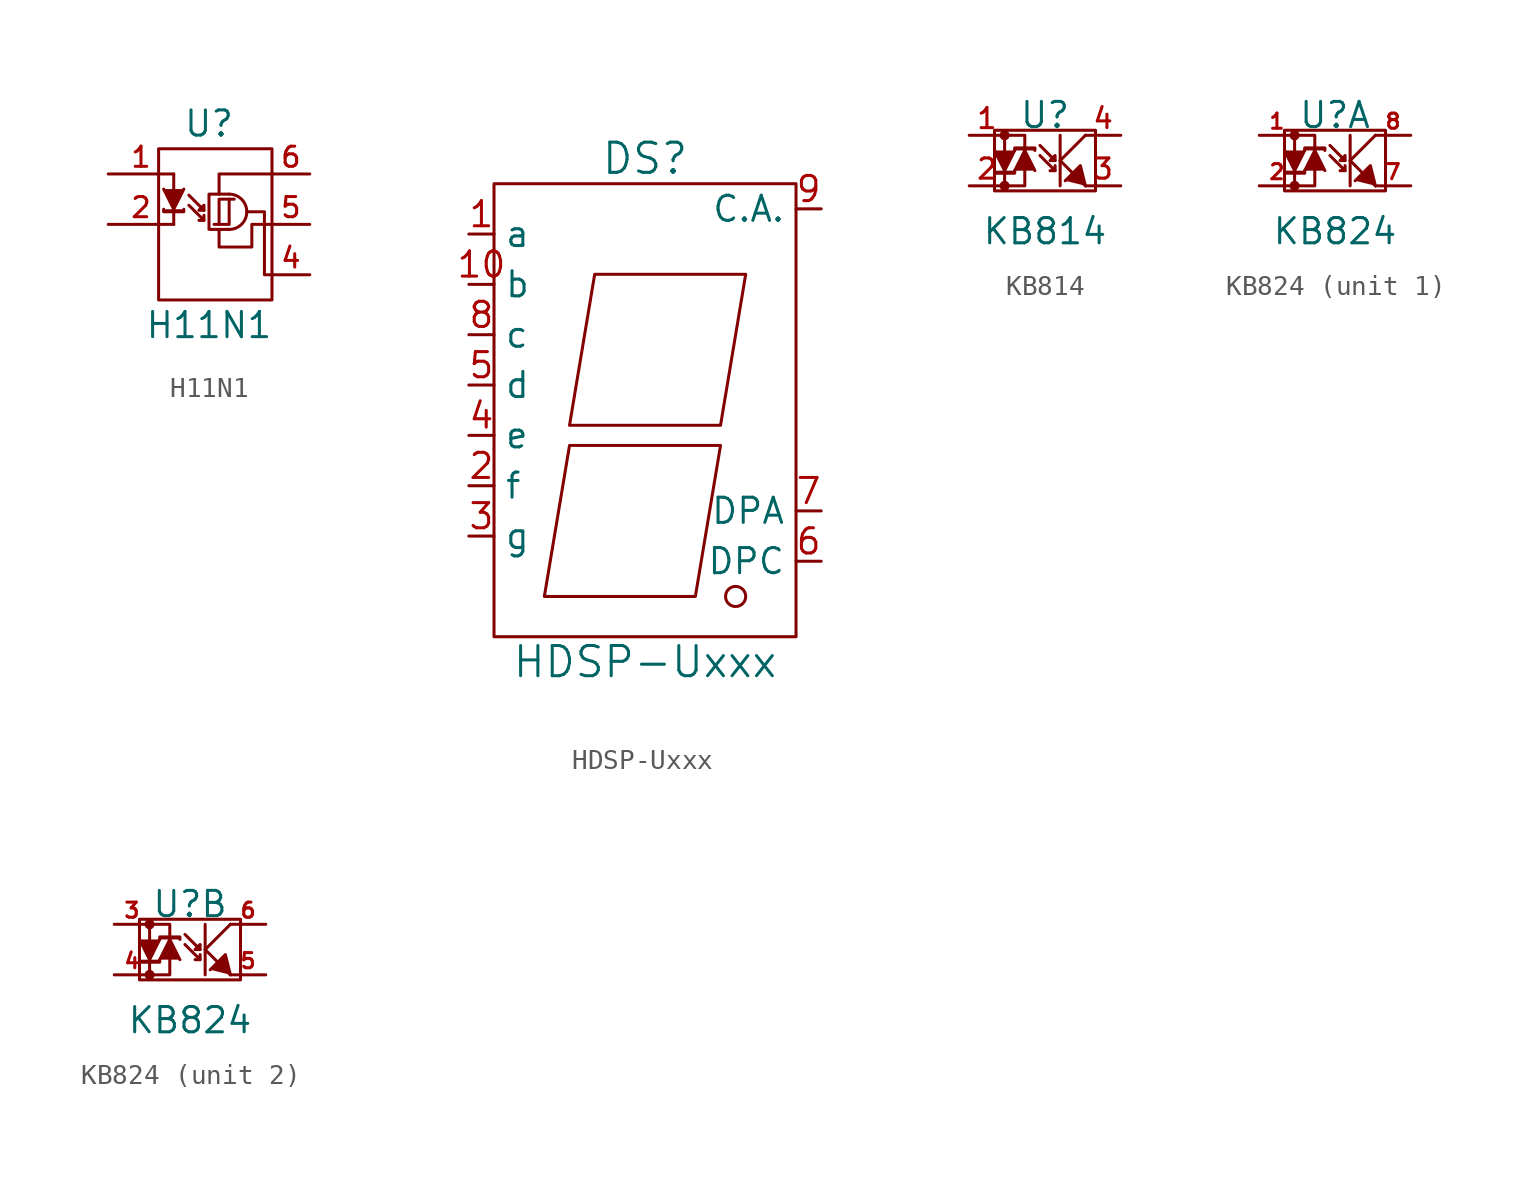
<source format=kicad_sym>
(kicad_symbol_lib
  (version 20220914)
  (generator kicad_symbol_editor)
  (symbol "H11N1"
    (pin_names
      (offset 0) hide)
    (property "Reference" "U"
      (at 0 5.08 0)
      (effects (font (size 1.27 1.27))))
    (property "Value" "H11N1"
      (at 0 -5.08 0)
      (effects (font (size 1.27 1.27))))
    (property "Footprint" ""
      (at -0.254 1.219 0)
      (effects (font (size 1.524 1.524))))
    (property "Datasheet" ""
      (at 0 0 0)
      (effects (font (size 1.524 1.524))))
    (symbol "H11N1_0_1"
      (rectangle (start -2.54 3.81) (end 3.175 -3.81) (stroke (width 0) (type solid)) (fill (type none)))
      (polyline (pts (xy -1.778 0) (xy -1.778 2.54)) (stroke (width 0) (type solid)) (fill (type none)))
      (polyline (pts (xy -0.254 0.711) (xy -1.016 1.473) (xy -1.016 1.473)) (stroke (width 0) (type solid)) (fill (type none)))
      (polyline (pts (xy 0.508 1.524) (xy 0.508 2.54) (xy 3.175 2.54)) (stroke (width 0) (type solid)) (fill (type none)))
      (polyline (pts (xy -1.27 1.778) (xy -1.778 0.762) (xy -2.286 1.778) (xy -2.286 1.778)) (stroke (width 0) (type solid)) (fill (type outline)))
      (polyline (pts (xy -0.254 0.203) (xy -1.016 0.965) (xy -1.016 0.965) (xy -1.016 0.965)) (stroke (width 0) (type solid)) (fill (type none)))
      (polyline (pts (xy -0.254 0.457) (xy -0.254 0.203) (xy -0.508 0.203) (xy -0.508 0.203)) (stroke (width 0) (type solid)) (fill (type outline)))
      (polyline (pts (xy 0.254 0) (xy 1.016 0) (xy 1.016 1.27) (xy 1.27 1.27)) (stroke (width 0) (type solid)) (fill (type none)))
      (polyline (pts (xy 1.016 -0.254) (xy 0 -0.254) (xy 0 1.524) (xy 1.016 1.524)) (stroke (width 0) (type solid)) (fill (type none)))
      (polyline (pts (xy 1.016 1.27) (xy 0.762 1.27) (xy 0.508 1.27) (xy 0.508 0)) (stroke (width 0) (type solid)) (fill (type none)))
      (polyline (pts (xy 1.905 0.635) (xy 2.794 0.635) (xy 2.794 -2.54) (xy 3.175 -2.54)) (stroke (width 0) (type solid)) (fill (type none)))
      (polyline (pts (xy -2.286 0.762) (xy -2.286 0.635) (xy -1.27 0.635) (xy -1.27 0.762) (xy -1.27 0.762)) (stroke (width 0) (type solid)) (fill (type outline)))
      (polyline (pts (xy -0.508 0.711) (xy -0.254 0.711) (xy -0.254 0.965) (xy -0.508 0.711) (xy -0.508 0.711)) (stroke (width 0) (type solid)) (fill (type outline)))
      (polyline (pts (xy 3.175 0) (xy 2.159 0) (xy 2.159 -1.143) (xy 0.508 -1.143) (xy 0.508 -0.254)) (stroke (width 0) (type solid)) (fill (type none)))
      (arc (start 1.016 -0.254) (mid 1.9012 0.635) (end 1.016 1.524) (stroke (width 0) (type solid)) (fill (type none))))
    (symbol "H11N1_1_1"
      (pin passive line (at -5.08 2.54 0) (length 3.302) (name "A" (effects (font (size 1.016 1.016)))) (number "1" (effects (font (size 1.016 1.016)))))
      (pin passive line (at -5.08 0 0) (length 3.302) (name "K" (effects (font (size 1.016 1.016)))) (number "2" (effects (font (size 1.016 1.016)))))
      (pin passive line (at 5.08 -2.54 180) (length 1.905) (name "VO" (effects (font (size 1.016 1.016)))) (number "4" (effects (font (size 1.016 1.016)))))
      (pin passive line (at 5.08 0 180) (length 1.905) (name "GND" (effects (font (size 1.016 1.016)))) (number "5" (effects (font (size 1.016 1.016)))))
      (pin passive line (at 5.08 2.54 180) (length 1.905) (name "VCC" (effects (font (size 1.016 1.016)))) (number "6" (effects (font (size 1.016 1.016)))))))
  (symbol "HDSP-Uxxx"
    (property "Reference" "DS"
      (at 0 13.97 0)
      (effects (font (size 1.524 1.524))))
    (property "Value" "HDSP-Uxxx"
      (at 0 -11.43 0)
      (effects (font (size 1.524 1.524))))
    (property "Footprint" ""
      (at 0 0 0)
      (effects (font (size 1.524 1.524))))
    (property "Datasheet" ""
      (at 0 0 0)
      (effects (font (size 1.524 1.524))))
    (symbol "HDSP-Uxxx_0_1"
      (rectangle (start -7.62 12.7) (end 7.62 -10.16) (stroke (width 0) (type solid)) (fill (type none)))
      (polyline (pts (xy -3.81 -0.508) (xy 3.81 -0.508) (xy 2.54 -8.128) (xy -5.08 -8.128) (xy -3.81 -0.508) (xy -3.81 -0.508)) (stroke (width 0) (type solid)) (fill (type none)))
      (polyline (pts (xy -2.54 8.128) (xy 5.08 8.128) (xy 3.81 0.508) (xy -3.81 0.508) (xy -2.54 8.128) (xy -2.54 8.128)) (stroke (width 0) (type solid)) (fill (type none)))
      (circle (center 4.572 -8.128) (radius 0.508) (stroke (width 0) (type solid)) (fill (type none))))
    (symbol "HDSP-Uxxx_1_1"
      (pin input line (at -8.89 10.16 0) (length 1.27) (name "a" (effects (font (size 1.27 1.27)))) (number "1" (effects (font (size 1.27 1.27)))))
      (pin input line (at -8.89 7.62 0) (length 1.27) (name "b" (effects (font (size 1.27 1.27)))) (number "10" (effects (font (size 1.27 1.27)))))
      (pin input line (at -8.89 -2.54 0) (length 1.27) (name "f" (effects (font (size 1.27 1.27)))) (number "2" (effects (font (size 1.27 1.27)))))
      (pin input line (at -8.89 -5.08 0) (length 1.27) (name "g" (effects (font (size 1.27 1.27)))) (number "3" (effects (font (size 1.27 1.27)))))
      (pin input line (at -8.89 0 0) (length 1.27) (name "e" (effects (font (size 1.27 1.27)))) (number "4" (effects (font (size 1.27 1.27)))))
      (pin input line (at -8.89 2.54 0) (length 1.27) (name "d" (effects (font (size 1.27 1.27)))) (number "5" (effects (font (size 1.27 1.27)))))
      (pin input line (at 8.89 -6.35 180) (length 1.27) (name "DPC" (effects (font (size 1.27 1.27)))) (number "6" (effects (font (size 1.27 1.27)))))
      (pin input line (at 8.89 -3.81 180) (length 1.27) (name "DPA" (effects (font (size 1.27 1.27)))) (number "7" (effects (font (size 1.27 1.27)))))
      (pin input line (at -8.89 5.08 0) (length 1.27) (name "c" (effects (font (size 1.27 1.27)))) (number "8" (effects (font (size 1.27 1.27)))))
      (pin input line (at 8.89 11.43 180) (length 1.27) (name "C.A." (effects (font (size 1.27 1.27)))) (number "9" (effects (font (size 1.27 1.27)))))))
  (symbol "KB814"
    (pin_names
      (offset 0) hide)
    (property "Reference" "U"
      (at 0 2.286 0)
      (effects (font (size 1.27 1.27))))
    (property "Value" "KB814"
      (at 0 -3.556 0)
      (effects (font (size 1.27 1.27))))
    (property "Footprint" ""
      (at 0 0 0)
      (effects (font (size 1.524 1.524))))
    (property "Datasheet" ""
      (at 0 0 0)
      (effects (font (size 1.524 1.524))))
    (symbol "KB814_0_1"
      (circle (center -2.032 -1.27) (radius 0.178) (stroke (width 0) (type solid)) (fill (type outline)))
      (circle (center -2.032 1.27) (radius 0.178) (stroke (width 0) (type solid)) (fill (type outline)))
      (polyline (pts (xy 0.508 0) (xy -0.254 0.762) (xy -0.254 0.762)) (stroke (width 0) (type solid)) (fill (type none)))
      (polyline (pts (xy 0.762 0) (xy 2.032 -1.27) (xy 2.032 -1.27)) (stroke (width 0) (type solid)) (fill (type outline)))
      (polyline (pts (xy 0.762 0) (xy 2.032 1.27) (xy 2.032 1.27)) (stroke (width 0) (type solid)) (fill (type outline)))
      (polyline (pts (xy 0.762 1.27) (xy 0.762 -1.27) (xy 0.762 -1.27)) (stroke (width 0) (type solid)) (fill (type outline)))
      (polyline (pts (xy -1.524 0.508) (xy -2.032 -0.508) (xy -2.54 0.508) (xy -2.54 0.508)) (stroke (width 0) (type solid)) (fill (type outline)))
      (polyline (pts (xy -0.508 -0.508) (xy -1.016 0.508) (xy -1.524 -0.508) (xy -1.524 -0.508)) (stroke (width 0) (type solid)) (fill (type outline)))
      (polyline (pts (xy 0.508 -0.508) (xy -0.254 0.254) (xy -0.254 0.254) (xy -0.254 0.254)) (stroke (width 0) (type solid)) (fill (type none)))
      (polyline (pts (xy 0.508 -0.254) (xy 0.508 -0.508) (xy 0.254 -0.508) (xy 0.254 -0.508)) (stroke (width 0) (type solid)) (fill (type outline)))
      (polyline (pts (xy 2.032 -1.27) (xy 1.778 -0.254) (xy 1.016 -1.016) (xy 1.016 -1.016)) (stroke (width 0) (type solid)) (fill (type outline)))
      (polyline (pts (xy -2.54 -0.508) (xy -2.54 -0.635) (xy -1.524 -0.635) (xy -1.524 -0.508) (xy -1.524 -0.508)) (stroke (width 0) (type solid)) (fill (type outline)))
      (polyline (pts (xy -2.032 0.508) (xy -2.032 1.27) (xy -1.016 1.27) (xy -1.016 0.508) (xy -1.016 0.508)) (stroke (width 0) (type solid)) (fill (type none)))
      (polyline (pts (xy -1.524 0.508) (xy -1.524 0.635) (xy -0.508 0.635) (xy -0.508 0.508) (xy -0.508 0.508)) (stroke (width 0) (type solid)) (fill (type outline)))
      (polyline (pts (xy -1.016 -0.508) (xy -1.016 -1.27) (xy -2.032 -1.27) (xy -2.032 -0.508) (xy -2.032 -0.508)) (stroke (width 0) (type solid)) (fill (type none)))
      (polyline (pts (xy 0.254 0) (xy 0.508 0) (xy 0.508 0.254) (xy 0.254 0) (xy 0.254 0)) (stroke (width 0) (type solid)) (fill (type outline)))
      (rectangle (start 2.54 1.524) (end -2.54 -1.524) (stroke (width 0) (type solid)) (fill (type none))))
    (symbol "KB814_1_1"
      (pin passive line (at -3.81 1.27 0) (length 1.778) (name "IN_1" (effects (font (size 1.016 1.016)))) (number "1" (effects (font (size 1.016 1.016)))))
      (pin passive line (at -3.81 -1.27 0) (length 1.778) (name "IN_2" (effects (font (size 1.016 1.016)))) (number "2" (effects (font (size 1.016 1.016)))))
      (pin passive line (at 3.81 -1.27 180) (length 1.778) (name "E" (effects (font (size 1.016 1.016)))) (number "3" (effects (font (size 1.016 1.016)))))
      (pin passive line (at 3.81 1.27 180) (length 1.778) (name "C" (effects (font (size 1.016 1.016)))) (number "4" (effects (font (size 1.016 1.016)))))))
  (symbol "KB824"
    (pin_names
      (offset 0) hide)
    (property "Reference" "U"
      (at 0 2.286 0)
      (effects (font (size 1.27 1.27))))
    (property "Value" "KB824"
      (at 0 -3.556 0)
      (effects (font (size 1.27 1.27))))
    (property "Footprint" ""
      (at 0 0 0)
      (effects (font (size 1.524 1.524))))
    (property "Datasheet" ""
      (at 0 0 0)
      (effects (font (size 1.524 1.524))))
    (symbol "KB824_0_1"
      (circle (center -2.032 -1.27) (radius 0.178) (stroke (width 0) (type solid)) (fill (type outline)))
      (circle (center -2.032 1.27) (radius 0.178) (stroke (width 0) (type solid)) (fill (type outline)))
      (polyline (pts (xy 0.508 0) (xy -0.254 0.762) (xy -0.254 0.762)) (stroke (width 0) (type solid)) (fill (type none)))
      (polyline (pts (xy 0.762 0) (xy 2.032 -1.27) (xy 2.032 -1.27)) (stroke (width 0) (type solid)) (fill (type outline)))
      (polyline (pts (xy 0.762 0) (xy 2.032 1.27) (xy 2.032 1.27)) (stroke (width 0) (type solid)) (fill (type outline)))
      (polyline (pts (xy 0.762 1.27) (xy 0.762 -1.27) (xy 0.762 -1.27)) (stroke (width 0) (type solid)) (fill (type outline)))
      (polyline (pts (xy -1.524 0.508) (xy -2.032 -0.508) (xy -2.54 0.508) (xy -2.54 0.508)) (stroke (width 0) (type solid)) (fill (type outline)))
      (polyline (pts (xy -0.508 -0.508) (xy -1.016 0.508) (xy -1.524 -0.508) (xy -1.524 -0.508)) (stroke (width 0) (type solid)) (fill (type outline)))
      (polyline (pts (xy 0.508 -0.508) (xy -0.254 0.254) (xy -0.254 0.254) (xy -0.254 0.254)) (stroke (width 0) (type solid)) (fill (type none)))
      (polyline (pts (xy 0.508 -0.254) (xy 0.508 -0.508) (xy 0.254 -0.508) (xy 0.254 -0.508)) (stroke (width 0) (type solid)) (fill (type outline)))
      (polyline (pts (xy 2.032 -1.27) (xy 1.778 -0.254) (xy 1.016 -1.016) (xy 1.016 -1.016)) (stroke (width 0) (type solid)) (fill (type outline)))
      (polyline (pts (xy -2.54 -0.508) (xy -2.54 -0.635) (xy -1.524 -0.635) (xy -1.524 -0.508) (xy -1.524 -0.508)) (stroke (width 0) (type solid)) (fill (type outline)))
      (polyline (pts (xy -2.032 0.508) (xy -2.032 1.27) (xy -1.016 1.27) (xy -1.016 0.508) (xy -1.016 0.508)) (stroke (width 0) (type solid)) (fill (type none)))
      (polyline (pts (xy -1.524 0.508) (xy -1.524 0.635) (xy -0.508 0.635) (xy -0.508 0.508) (xy -0.508 0.508)) (stroke (width 0) (type solid)) (fill (type outline)))
      (polyline (pts (xy -1.016 -0.508) (xy -1.016 -1.27) (xy -2.032 -1.27) (xy -2.032 -0.508) (xy -2.032 -0.508)) (stroke (width 0) (type solid)) (fill (type none)))
      (polyline (pts (xy 0.254 0) (xy 0.508 0) (xy 0.508 0.254) (xy 0.254 0) (xy 0.254 0)) (stroke (width 0) (type solid)) (fill (type outline)))
      (rectangle (start 2.54 1.524) (end -2.54 -1.524) (stroke (width 0) (type solid)) (fill (type none))))
    (symbol "KB824_1_1"
      (pin passive line (at -3.81 1.27 0) (length 1.778) (name "IN_1" (effects (font (size 0.762 0.762)))) (number "1" (effects (font (size 0.762 0.762)))))
      (pin passive line (at -3.81 -1.27 0) (length 1.778) (name "IN_2" (effects (font (size 0.762 0.762)))) (number "2" (effects (font (size 0.762 0.762)))))
      (pin passive line (at 3.81 -1.27 180) (length 1.778) (name "E" (effects (font (size 0.762 0.762)))) (number "7" (effects (font (size 0.762 0.762)))))
      (pin passive line (at 3.81 1.27 180) (length 1.778) (name "C" (effects (font (size 0.762 0.762)))) (number "8" (effects (font (size 0.762 0.762))))))
    (symbol "KB824_2_1"
      (pin passive line (at -3.81 1.27 0) (length 1.778) (name "IN_1" (effects (font (size 0.762 0.762)))) (number "3" (effects (font (size 0.762 0.762)))))
      (pin passive line (at -3.81 -1.27 0) (length 1.778) (name "IN_2" (effects (font (size 0.762 0.762)))) (number "4" (effects (font (size 0.762 0.762)))))
      (pin passive line (at 3.81 -1.27 180) (length 1.778) (name "E" (effects (font (size 0.762 0.762)))) (number "5" (effects (font (size 0.762 0.762)))))
      (pin passive line (at 3.81 1.27 180) (length 1.778) (name "C" (effects (font (size 0.762 0.762)))) (number "6" (effects (font (size 0.762 0.762))))))))
</source>
